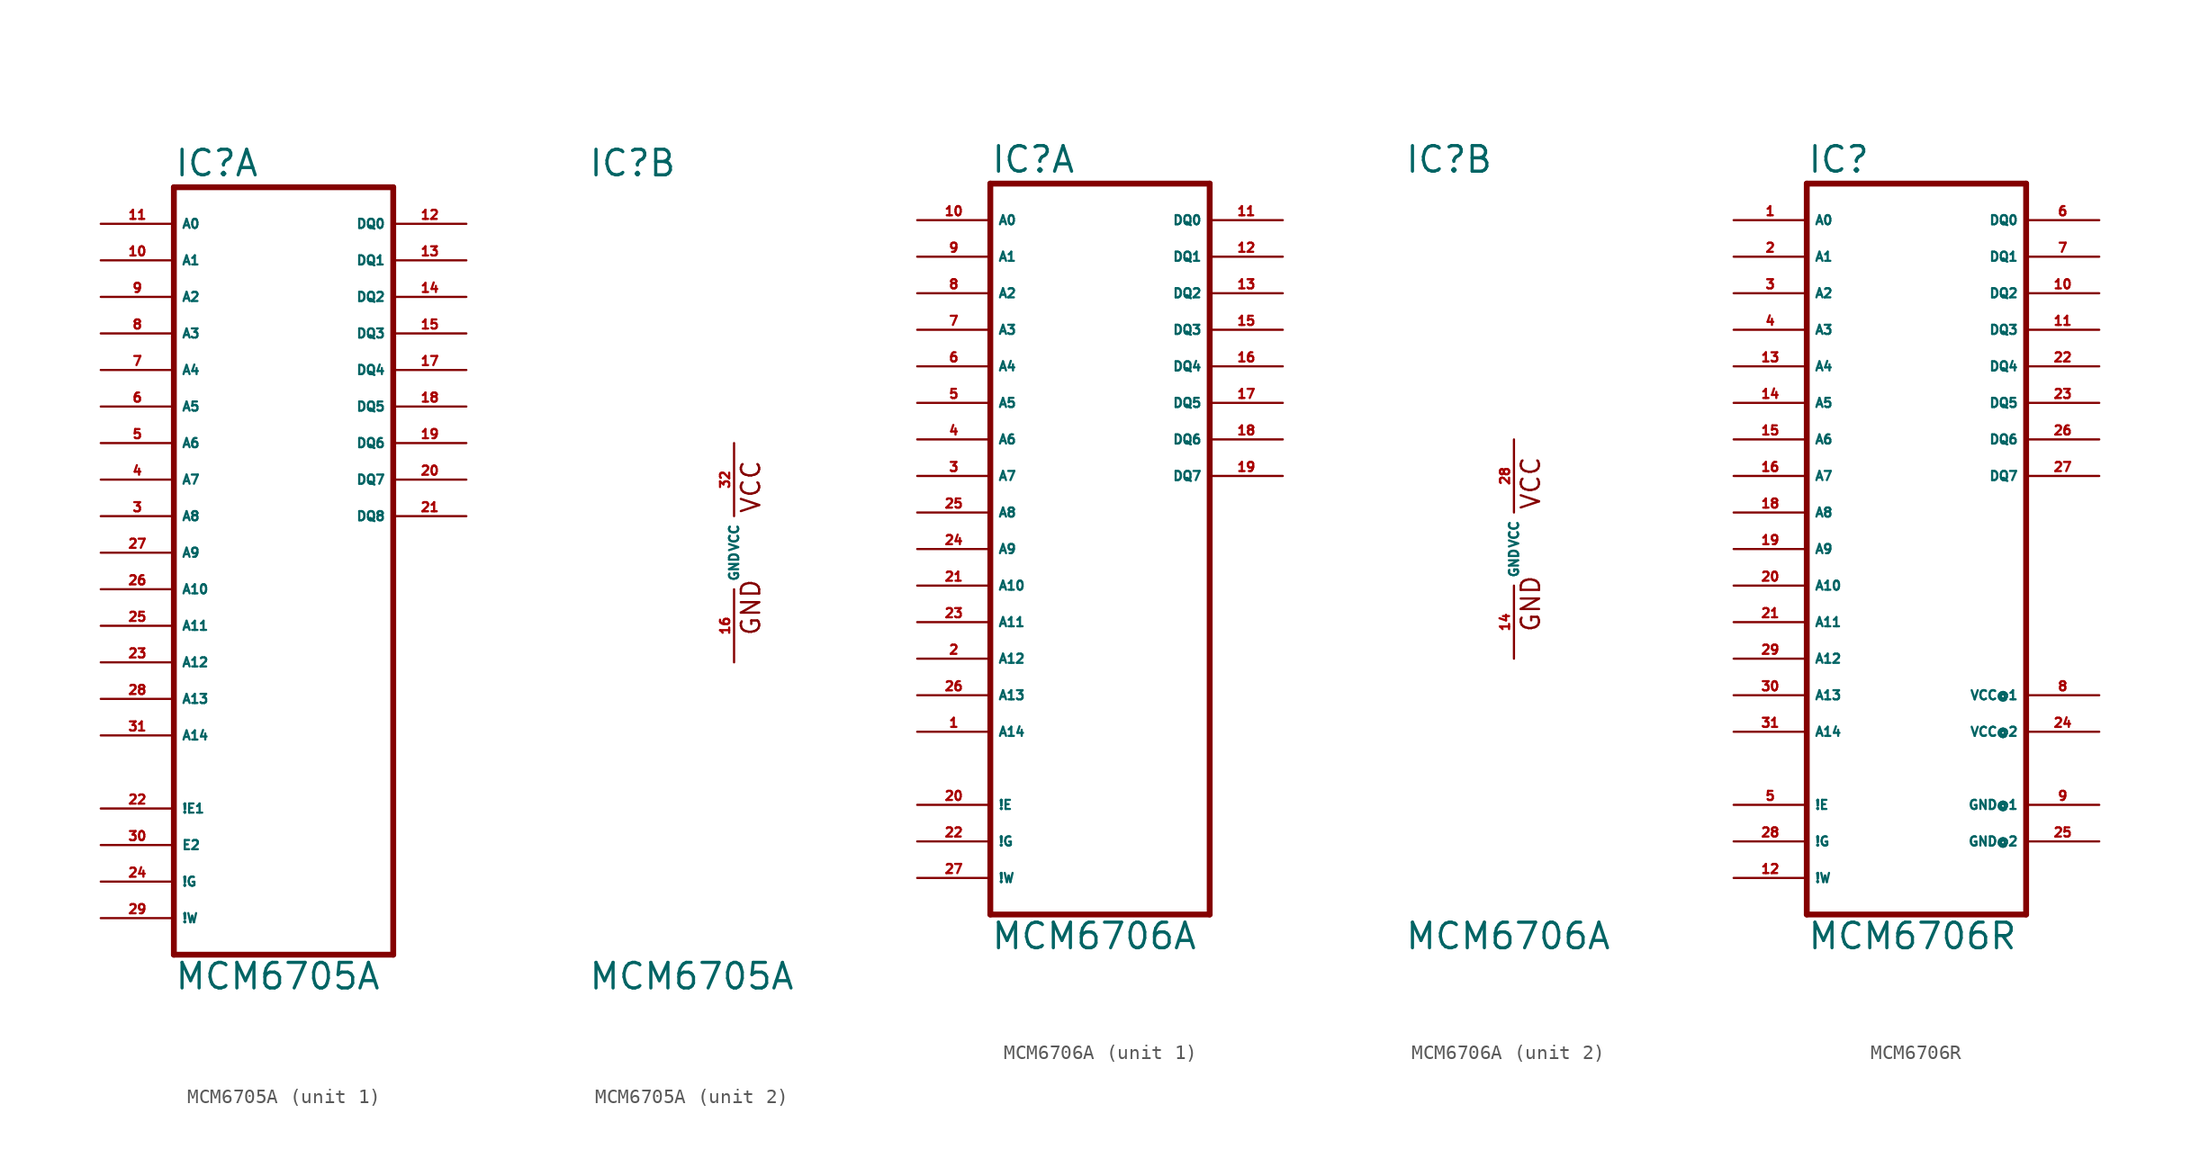
<source format=kicad_sym>
(kicad_symbol_lib
  (version 20220914)
  (generator Eagle2Kicad)
  (symbol "MCM6705A"
    (property "Reference" "IC"
      (at -10.16 26.035 0)
      (effects (font (size 1.778 1.778) (thickness 0.22)) (justify left bottom)))
    (property "Value" "MCM6705A"
      (at -10.16 -30.48 0)
      (effects (font (size 1.778 1.778) (thickness 0.22)) (justify left bottom)))
    (symbol "MCM6705A_1_0"
      (polyline (pts (xy -10.16 25.4) (xy -10.16 -27.94)) (stroke (width 0.406) (type default)) (fill (type none)))
      (polyline (pts (xy 5.08 -27.94) (xy -10.16 -27.94)) (stroke (width 0.406) (type default)) (fill (type none)))
      (polyline (pts (xy 5.08 -27.94) (xy 5.08 25.4)) (stroke (width 0.406) (type default)) (fill (type none)))
      (polyline (pts (xy -10.16 25.4) (xy 5.08 25.4)) (stroke (width 0.406) (type default)) (fill (type none)))
      (pin input line (at -15.24 22.86 0) (length 5.08) (name "A0" (effects (font (size 0.635 0.635) (thickness 0.08)) (justify left bottom))) (number "11" (effects (font (size 0.635 0.635) (thickness 0.08)) (justify left bottom))))
      (pin input line (at -15.24 20.32 0) (length 5.08) (name "A1" (effects (font (size 0.635 0.635) (thickness 0.08)) (justify left bottom))) (number "10" (effects (font (size 0.635 0.635) (thickness 0.08)) (justify left bottom))))
      (pin input line (at -15.24 17.78 0) (length 5.08) (name "A2" (effects (font (size 0.635 0.635) (thickness 0.08)) (justify left bottom))) (number "9" (effects (font (size 0.635 0.635) (thickness 0.08)) (justify left bottom))))
      (pin input line (at -15.24 15.24 0) (length 5.08) (name "A3" (effects (font (size 0.635 0.635) (thickness 0.08)) (justify left bottom))) (number "8" (effects (font (size 0.635 0.635) (thickness 0.08)) (justify left bottom))))
      (pin input line (at -15.24 12.7 0) (length 5.08) (name "A4" (effects (font (size 0.635 0.635) (thickness 0.08)) (justify left bottom))) (number "7" (effects (font (size 0.635 0.635) (thickness 0.08)) (justify left bottom))))
      (pin input line (at -15.24 10.16 0) (length 5.08) (name "A5" (effects (font (size 0.635 0.635) (thickness 0.08)) (justify left bottom))) (number "6" (effects (font (size 0.635 0.635) (thickness 0.08)) (justify left bottom))))
      (pin input line (at -15.24 7.62 0) (length 5.08) (name "A6" (effects (font (size 0.635 0.635) (thickness 0.08)) (justify left bottom))) (number "5" (effects (font (size 0.635 0.635) (thickness 0.08)) (justify left bottom))))
      (pin input line (at -15.24 5.08 0) (length 5.08) (name "A7" (effects (font (size 0.635 0.635) (thickness 0.08)) (justify left bottom))) (number "4" (effects (font (size 0.635 0.635) (thickness 0.08)) (justify left bottom))))
      (pin input line (at -15.24 2.54 0) (length 5.08) (name "A8" (effects (font (size 0.635 0.635) (thickness 0.08)) (justify left bottom))) (number "3" (effects (font (size 0.635 0.635) (thickness 0.08)) (justify left bottom))))
      (pin bidirectional line (at 10.16 22.86 180) (length 5.08) (name "DQ0" (effects (font (size 0.635 0.635) (thickness 0.08)) (justify left bottom))) (number "12" (effects (font (size 0.635 0.635) (thickness 0.08)) (justify left bottom))))
      (pin bidirectional line (at 10.16 20.32 180) (length 5.08) (name "DQ1" (effects (font (size 0.635 0.635) (thickness 0.08)) (justify left bottom))) (number "13" (effects (font (size 0.635 0.635) (thickness 0.08)) (justify left bottom))))
      (pin bidirectional line (at 10.16 17.78 180) (length 5.08) (name "DQ2" (effects (font (size 0.635 0.635) (thickness 0.08)) (justify left bottom))) (number "14" (effects (font (size 0.635 0.635) (thickness 0.08)) (justify left bottom))))
      (pin bidirectional line (at 10.16 15.24 180) (length 5.08) (name "DQ3" (effects (font (size 0.635 0.635) (thickness 0.08)) (justify left bottom))) (number "15" (effects (font (size 0.635 0.635) (thickness 0.08)) (justify left bottom))))
      (pin bidirectional line (at 10.16 12.7 180) (length 5.08) (name "DQ4" (effects (font (size 0.635 0.635) (thickness 0.08)) (justify left bottom))) (number "17" (effects (font (size 0.635 0.635) (thickness 0.08)) (justify left bottom))))
      (pin bidirectional line (at 10.16 10.16 180) (length 5.08) (name "DQ5" (effects (font (size 0.635 0.635) (thickness 0.08)) (justify left bottom))) (number "18" (effects (font (size 0.635 0.635) (thickness 0.08)) (justify left bottom))))
      (pin bidirectional line (at 10.16 7.62 180) (length 5.08) (name "DQ6" (effects (font (size 0.635 0.635) (thickness 0.08)) (justify left bottom))) (number "19" (effects (font (size 0.635 0.635) (thickness 0.08)) (justify left bottom))))
      (pin bidirectional line (at 10.16 5.08 180) (length 5.08) (name "DQ7" (effects (font (size 0.635 0.635) (thickness 0.08)) (justify left bottom))) (number "20" (effects (font (size 0.635 0.635) (thickness 0.08)) (justify left bottom))))
      (pin bidirectional line (at 10.16 2.54 180) (length 5.08) (name "DQ8" (effects (font (size 0.635 0.635) (thickness 0.08)) (justify left bottom))) (number "21" (effects (font (size 0.635 0.635) (thickness 0.08)) (justify left bottom))))
      (pin input line (at -15.24 0 0) (length 5.08) (name "A9" (effects (font (size 0.635 0.635) (thickness 0.08)) (justify left bottom))) (number "27" (effects (font (size 0.635 0.635) (thickness 0.08)) (justify left bottom))))
      (pin input line (at -15.24 -2.54 0) (length 5.08) (name "A10" (effects (font (size 0.635 0.635) (thickness 0.08)) (justify left bottom))) (number "26" (effects (font (size 0.635 0.635) (thickness 0.08)) (justify left bottom))))
      (pin input line (at -15.24 -5.08 0) (length 5.08) (name "A11" (effects (font (size 0.635 0.635) (thickness 0.08)) (justify left bottom))) (number "25" (effects (font (size 0.635 0.635) (thickness 0.08)) (justify left bottom))))
      (pin input line (at -15.24 -7.62 0) (length 5.08) (name "A12" (effects (font (size 0.635 0.635) (thickness 0.08)) (justify left bottom))) (number "23" (effects (font (size 0.635 0.635) (thickness 0.08)) (justify left bottom))))
      (pin input line (at -15.24 -10.16 0) (length 5.08) (name "A13" (effects (font (size 0.635 0.635) (thickness 0.08)) (justify left bottom))) (number "28" (effects (font (size 0.635 0.635) (thickness 0.08)) (justify left bottom))))
      (pin input line (at -15.24 -12.7 0) (length 5.08) (name "A14" (effects (font (size 0.635 0.635) (thickness 0.08)) (justify left bottom))) (number "31" (effects (font (size 0.635 0.635) (thickness 0.08)) (justify left bottom))))
      (pin input line (at -15.24 -17.78 0) (length 5.08) (name "!E1" (effects (font (size 0.635 0.635) (thickness 0.08)) (justify left bottom))) (number "22" (effects (font (size 0.635 0.635) (thickness 0.08)) (justify left bottom))))
      (pin input line (at -15.24 -20.32 0) (length 5.08) (name "E2" (effects (font (size 0.635 0.635) (thickness 0.08)) (justify left bottom))) (number "30" (effects (font (size 0.635 0.635) (thickness 0.08)) (justify left bottom))))
      (pin input line (at -15.24 -22.86 0) (length 5.08) (name "!G" (effects (font (size 0.635 0.635) (thickness 0.08)) (justify left bottom))) (number "24" (effects (font (size 0.635 0.635) (thickness 0.08)) (justify left bottom))))
      (pin input line (at -15.24 -25.4 0) (length 5.08) (name "!W" (effects (font (size 0.635 0.635) (thickness 0.08)) (justify left bottom))) (number "29" (effects (font (size 0.635 0.635) (thickness 0.08)) (justify left bottom)))))
    (symbol "MCM6705A_2_0"
      (text "GND" (at 1.905 -5.842 900) (effects (font (size 1.27 1.27) (thickness 0.16)) (justify left bottom)))
      (text "VCC" (at 1.905 2.667 900) (effects (font (size 1.27 1.27) (thickness 0.16)) (justify left bottom)))
      (pin unspecified line (at 0 -7.62 90) (length 5.08) (name "GND" (effects (font (size 0.635 0.635) (thickness 0.08)) (justify left bottom))) (number "16" (effects (font (size 0.635 0.635) (thickness 0.08)) (justify left bottom))))
      (pin unspecified line (at 0 7.62 270) (length 5.08) (name "VCC" (effects (font (size 0.635 0.635) (thickness 0.08)) (justify left bottom))) (number "32" (effects (font (size 0.635 0.635) (thickness 0.08)) (justify left bottom))))))
  (symbol "MCM6706A"
    (property "Reference" "IC"
      (at -7.62 26.035 0)
      (effects (font (size 1.778 1.778) (thickness 0.22)) (justify left bottom)))
    (property "Value" "MCM6706A"
      (at -7.62 -27.94 0)
      (effects (font (size 1.778 1.778) (thickness 0.22)) (justify left bottom)))
    (symbol "MCM6706A_1_0"
      (polyline (pts (xy -7.62 25.4) (xy -7.62 -25.4)) (stroke (width 0.406) (type default)) (fill (type none)))
      (polyline (pts (xy 7.62 -25.4) (xy -7.62 -25.4)) (stroke (width 0.406) (type default)) (fill (type none)))
      (polyline (pts (xy 7.62 -25.4) (xy 7.62 25.4)) (stroke (width 0.406) (type default)) (fill (type none)))
      (polyline (pts (xy -7.62 25.4) (xy 7.62 25.4)) (stroke (width 0.406) (type default)) (fill (type none)))
      (pin input line (at -12.7 22.86 0) (length 5.08) (name "A0" (effects (font (size 0.635 0.635) (thickness 0.08)) (justify left bottom))) (number "10" (effects (font (size 0.635 0.635) (thickness 0.08)) (justify left bottom))))
      (pin input line (at -12.7 20.32 0) (length 5.08) (name "A1" (effects (font (size 0.635 0.635) (thickness 0.08)) (justify left bottom))) (number "9" (effects (font (size 0.635 0.635) (thickness 0.08)) (justify left bottom))))
      (pin input line (at -12.7 17.78 0) (length 5.08) (name "A2" (effects (font (size 0.635 0.635) (thickness 0.08)) (justify left bottom))) (number "8" (effects (font (size 0.635 0.635) (thickness 0.08)) (justify left bottom))))
      (pin input line (at -12.7 15.24 0) (length 5.08) (name "A3" (effects (font (size 0.635 0.635) (thickness 0.08)) (justify left bottom))) (number "7" (effects (font (size 0.635 0.635) (thickness 0.08)) (justify left bottom))))
      (pin input line (at -12.7 12.7 0) (length 5.08) (name "A4" (effects (font (size 0.635 0.635) (thickness 0.08)) (justify left bottom))) (number "6" (effects (font (size 0.635 0.635) (thickness 0.08)) (justify left bottom))))
      (pin input line (at -12.7 10.16 0) (length 5.08) (name "A5" (effects (font (size 0.635 0.635) (thickness 0.08)) (justify left bottom))) (number "5" (effects (font (size 0.635 0.635) (thickness 0.08)) (justify left bottom))))
      (pin input line (at -12.7 7.62 0) (length 5.08) (name "A6" (effects (font (size 0.635 0.635) (thickness 0.08)) (justify left bottom))) (number "4" (effects (font (size 0.635 0.635) (thickness 0.08)) (justify left bottom))))
      (pin input line (at -12.7 5.08 0) (length 5.08) (name "A7" (effects (font (size 0.635 0.635) (thickness 0.08)) (justify left bottom))) (number "3" (effects (font (size 0.635 0.635) (thickness 0.08)) (justify left bottom))))
      (pin input line (at -12.7 2.54 0) (length 5.08) (name "A8" (effects (font (size 0.635 0.635) (thickness 0.08)) (justify left bottom))) (number "25" (effects (font (size 0.635 0.635) (thickness 0.08)) (justify left bottom))))
      (pin bidirectional line (at 12.7 22.86 180) (length 5.08) (name "DQ0" (effects (font (size 0.635 0.635) (thickness 0.08)) (justify left bottom))) (number "11" (effects (font (size 0.635 0.635) (thickness 0.08)) (justify left bottom))))
      (pin bidirectional line (at 12.7 20.32 180) (length 5.08) (name "DQ1" (effects (font (size 0.635 0.635) (thickness 0.08)) (justify left bottom))) (number "12" (effects (font (size 0.635 0.635) (thickness 0.08)) (justify left bottom))))
      (pin bidirectional line (at 12.7 17.78 180) (length 5.08) (name "DQ2" (effects (font (size 0.635 0.635) (thickness 0.08)) (justify left bottom))) (number "13" (effects (font (size 0.635 0.635) (thickness 0.08)) (justify left bottom))))
      (pin bidirectional line (at 12.7 15.24 180) (length 5.08) (name "DQ3" (effects (font (size 0.635 0.635) (thickness 0.08)) (justify left bottom))) (number "15" (effects (font (size 0.635 0.635) (thickness 0.08)) (justify left bottom))))
      (pin bidirectional line (at 12.7 12.7 180) (length 5.08) (name "DQ4" (effects (font (size 0.635 0.635) (thickness 0.08)) (justify left bottom))) (number "16" (effects (font (size 0.635 0.635) (thickness 0.08)) (justify left bottom))))
      (pin bidirectional line (at 12.7 10.16 180) (length 5.08) (name "DQ5" (effects (font (size 0.635 0.635) (thickness 0.08)) (justify left bottom))) (number "17" (effects (font (size 0.635 0.635) (thickness 0.08)) (justify left bottom))))
      (pin bidirectional line (at 12.7 7.62 180) (length 5.08) (name "DQ6" (effects (font (size 0.635 0.635) (thickness 0.08)) (justify left bottom))) (number "18" (effects (font (size 0.635 0.635) (thickness 0.08)) (justify left bottom))))
      (pin bidirectional line (at 12.7 5.08 180) (length 5.08) (name "DQ7" (effects (font (size 0.635 0.635) (thickness 0.08)) (justify left bottom))) (number "19" (effects (font (size 0.635 0.635) (thickness 0.08)) (justify left bottom))))
      (pin input line (at -12.7 0 0) (length 5.08) (name "A9" (effects (font (size 0.635 0.635) (thickness 0.08)) (justify left bottom))) (number "24" (effects (font (size 0.635 0.635) (thickness 0.08)) (justify left bottom))))
      (pin input line (at -12.7 -2.54 0) (length 5.08) (name "A10" (effects (font (size 0.635 0.635) (thickness 0.08)) (justify left bottom))) (number "21" (effects (font (size 0.635 0.635) (thickness 0.08)) (justify left bottom))))
      (pin input line (at -12.7 -5.08 0) (length 5.08) (name "A11" (effects (font (size 0.635 0.635) (thickness 0.08)) (justify left bottom))) (number "23" (effects (font (size 0.635 0.635) (thickness 0.08)) (justify left bottom))))
      (pin input line (at -12.7 -7.62 0) (length 5.08) (name "A12" (effects (font (size 0.635 0.635) (thickness 0.08)) (justify left bottom))) (number "2" (effects (font (size 0.635 0.635) (thickness 0.08)) (justify left bottom))))
      (pin input line (at -12.7 -10.16 0) (length 5.08) (name "A13" (effects (font (size 0.635 0.635) (thickness 0.08)) (justify left bottom))) (number "26" (effects (font (size 0.635 0.635) (thickness 0.08)) (justify left bottom))))
      (pin input line (at -12.7 -12.7 0) (length 5.08) (name "A14" (effects (font (size 0.635 0.635) (thickness 0.08)) (justify left bottom))) (number "1" (effects (font (size 0.635 0.635) (thickness 0.08)) (justify left bottom))))
      (pin input line (at -12.7 -17.78 0) (length 5.08) (name "!E" (effects (font (size 0.635 0.635) (thickness 0.08)) (justify left bottom))) (number "20" (effects (font (size 0.635 0.635) (thickness 0.08)) (justify left bottom))))
      (pin input line (at -12.7 -20.32 0) (length 5.08) (name "!G" (effects (font (size 0.635 0.635) (thickness 0.08)) (justify left bottom))) (number "22" (effects (font (size 0.635 0.635) (thickness 0.08)) (justify left bottom))))
      (pin input line (at -12.7 -22.86 0) (length 5.08) (name "!W" (effects (font (size 0.635 0.635) (thickness 0.08)) (justify left bottom))) (number "27" (effects (font (size 0.635 0.635) (thickness 0.08)) (justify left bottom)))))
    (symbol "MCM6706A_2_0"
      (text "GND" (at 1.905 -5.842 900) (effects (font (size 1.27 1.27) (thickness 0.16)) (justify left bottom)))
      (text "VCC" (at 1.905 2.667 900) (effects (font (size 1.27 1.27) (thickness 0.16)) (justify left bottom)))
      (pin unspecified line (at 0 -7.62 90) (length 5.08) (name "GND" (effects (font (size 0.635 0.635) (thickness 0.08)) (justify left bottom))) (number "14" (effects (font (size 0.635 0.635) (thickness 0.08)) (justify left bottom))))
      (pin unspecified line (at 0 7.62 270) (length 5.08) (name "VCC" (effects (font (size 0.635 0.635) (thickness 0.08)) (justify left bottom))) (number "28" (effects (font (size 0.635 0.635) (thickness 0.08)) (justify left bottom))))))
  (symbol "MCM6706R"
    (property "Reference" "IC"
      (at -7.62 26.035 0)
      (effects (font (size 1.778 1.778) (thickness 0.22)) (justify left bottom)))
    (property "Value" "MCM6706R"
      (at -7.62 -27.94 0)
      (effects (font (size 1.778 1.778) (thickness 0.22)) (justify left bottom)))
    (polyline
      (pts (xy -7.62 25.4) (xy -7.62 -25.4))
      (stroke (width 0.406) (type default))
      (fill (type none)))
    (polyline
      (pts (xy 7.62 -25.4) (xy -7.62 -25.4))
      (stroke (width 0.406) (type default))
      (fill (type none)))
    (polyline
      (pts (xy 7.62 -25.4) (xy 7.62 25.4))
      (stroke (width 0.406) (type default))
      (fill (type none)))
    (polyline
      (pts (xy -7.62 25.4) (xy 7.62 25.4))
      (stroke (width 0.406) (type default))
      (fill (type none)))
    (pin input line
      (at -12.7 22.86 0)
      (length 5.08)
      (name "A0" (effects (font (size 0.635 0.635) (thickness 0.08)) (justify left bottom)))
      (number "1" (effects (font (size 0.635 0.635) (thickness 0.08)) (justify left bottom))))
    (pin input line
      (at -12.7 20.32 0)
      (length 5.08)
      (name "A1" (effects (font (size 0.635 0.635) (thickness 0.08)) (justify left bottom)))
      (number "2" (effects (font (size 0.635 0.635) (thickness 0.08)) (justify left bottom))))
    (pin input line
      (at -12.7 17.78 0)
      (length 5.08)
      (name "A2" (effects (font (size 0.635 0.635) (thickness 0.08)) (justify left bottom)))
      (number "3" (effects (font (size 0.635 0.635) (thickness 0.08)) (justify left bottom))))
    (pin input line
      (at -12.7 15.24 0)
      (length 5.08)
      (name "A3" (effects (font (size 0.635 0.635) (thickness 0.08)) (justify left bottom)))
      (number "4" (effects (font (size 0.635 0.635) (thickness 0.08)) (justify left bottom))))
    (pin input line
      (at -12.7 12.7 0)
      (length 5.08)
      (name "A4" (effects (font (size 0.635 0.635) (thickness 0.08)) (justify left bottom)))
      (number "13" (effects (font (size 0.635 0.635) (thickness 0.08)) (justify left bottom))))
    (pin input line
      (at -12.7 10.16 0)
      (length 5.08)
      (name "A5" (effects (font (size 0.635 0.635) (thickness 0.08)) (justify left bottom)))
      (number "14" (effects (font (size 0.635 0.635) (thickness 0.08)) (justify left bottom))))
    (pin input line
      (at -12.7 7.62 0)
      (length 5.08)
      (name "A6" (effects (font (size 0.635 0.635) (thickness 0.08)) (justify left bottom)))
      (number "15" (effects (font (size 0.635 0.635) (thickness 0.08)) (justify left bottom))))
    (pin input line
      (at -12.7 5.08 0)
      (length 5.08)
      (name "A7" (effects (font (size 0.635 0.635) (thickness 0.08)) (justify left bottom)))
      (number "16" (effects (font (size 0.635 0.635) (thickness 0.08)) (justify left bottom))))
    (pin input line
      (at -12.7 2.54 0)
      (length 5.08)
      (name "A8" (effects (font (size 0.635 0.635) (thickness 0.08)) (justify left bottom)))
      (number "18" (effects (font (size 0.635 0.635) (thickness 0.08)) (justify left bottom))))
    (pin bidirectional line
      (at 12.7 22.86 180)
      (length 5.08)
      (name "DQ0" (effects (font (size 0.635 0.635) (thickness 0.08)) (justify left bottom)))
      (number "6" (effects (font (size 0.635 0.635) (thickness 0.08)) (justify left bottom))))
    (pin bidirectional line
      (at 12.7 20.32 180)
      (length 5.08)
      (name "DQ1" (effects (font (size 0.635 0.635) (thickness 0.08)) (justify left bottom)))
      (number "7" (effects (font (size 0.635 0.635) (thickness 0.08)) (justify left bottom))))
    (pin bidirectional line
      (at 12.7 17.78 180)
      (length 5.08)
      (name "DQ2" (effects (font (size 0.635 0.635) (thickness 0.08)) (justify left bottom)))
      (number "10" (effects (font (size 0.635 0.635) (thickness 0.08)) (justify left bottom))))
    (pin bidirectional line
      (at 12.7 15.24 180)
      (length 5.08)
      (name "DQ3" (effects (font (size 0.635 0.635) (thickness 0.08)) (justify left bottom)))
      (number "11" (effects (font (size 0.635 0.635) (thickness 0.08)) (justify left bottom))))
    (pin bidirectional line
      (at 12.7 12.7 180)
      (length 5.08)
      (name "DQ4" (effects (font (size 0.635 0.635) (thickness 0.08)) (justify left bottom)))
      (number "22" (effects (font (size 0.635 0.635) (thickness 0.08)) (justify left bottom))))
    (pin bidirectional line
      (at 12.7 10.16 180)
      (length 5.08)
      (name "DQ5" (effects (font (size 0.635 0.635) (thickness 0.08)) (justify left bottom)))
      (number "23" (effects (font (size 0.635 0.635) (thickness 0.08)) (justify left bottom))))
    (pin bidirectional line
      (at 12.7 7.62 180)
      (length 5.08)
      (name "DQ6" (effects (font (size 0.635 0.635) (thickness 0.08)) (justify left bottom)))
      (number "26" (effects (font (size 0.635 0.635) (thickness 0.08)) (justify left bottom))))
    (pin bidirectional line
      (at 12.7 5.08 180)
      (length 5.08)
      (name "DQ7" (effects (font (size 0.635 0.635) (thickness 0.08)) (justify left bottom)))
      (number "27" (effects (font (size 0.635 0.635) (thickness 0.08)) (justify left bottom))))
    (pin input line
      (at -12.7 0 0)
      (length 5.08)
      (name "A9" (effects (font (size 0.635 0.635) (thickness 0.08)) (justify left bottom)))
      (number "19" (effects (font (size 0.635 0.635) (thickness 0.08)) (justify left bottom))))
    (pin input line
      (at -12.7 -2.54 0)
      (length 5.08)
      (name "A10" (effects (font (size 0.635 0.635) (thickness 0.08)) (justify left bottom)))
      (number "20" (effects (font (size 0.635 0.635) (thickness 0.08)) (justify left bottom))))
    (pin input line
      (at -12.7 -5.08 0)
      (length 5.08)
      (name "A11" (effects (font (size 0.635 0.635) (thickness 0.08)) (justify left bottom)))
      (number "21" (effects (font (size 0.635 0.635) (thickness 0.08)) (justify left bottom))))
    (pin input line
      (at -12.7 -7.62 0)
      (length 5.08)
      (name "A12" (effects (font (size 0.635 0.635) (thickness 0.08)) (justify left bottom)))
      (number "29" (effects (font (size 0.635 0.635) (thickness 0.08)) (justify left bottom))))
    (pin input line
      (at -12.7 -10.16 0)
      (length 5.08)
      (name "A13" (effects (font (size 0.635 0.635) (thickness 0.08)) (justify left bottom)))
      (number "30" (effects (font (size 0.635 0.635) (thickness 0.08)) (justify left bottom))))
    (pin input line
      (at -12.7 -12.7 0)
      (length 5.08)
      (name "A14" (effects (font (size 0.635 0.635) (thickness 0.08)) (justify left bottom)))
      (number "31" (effects (font (size 0.635 0.635) (thickness 0.08)) (justify left bottom))))
    (pin input line
      (at -12.7 -17.78 0)
      (length 5.08)
      (name "!E" (effects (font (size 0.635 0.635) (thickness 0.08)) (justify left bottom)))
      (number "5" (effects (font (size 0.635 0.635) (thickness 0.08)) (justify left bottom))))
    (pin input line
      (at -12.7 -20.32 0)
      (length 5.08)
      (name "!G" (effects (font (size 0.635 0.635) (thickness 0.08)) (justify left bottom)))
      (number "28" (effects (font (size 0.635 0.635) (thickness 0.08)) (justify left bottom))))
    (pin input line
      (at -12.7 -22.86 0)
      (length 5.08)
      (name "!W" (effects (font (size 0.635 0.635) (thickness 0.08)) (justify left bottom)))
      (number "12" (effects (font (size 0.635 0.635) (thickness 0.08)) (justify left bottom))))
    (pin unspecified line
      (at 12.7 -10.16 180)
      (length 5.08)
      (name "VCC@1" (effects (font (size 0.635 0.635) (thickness 0.08)) (justify left bottom)))
      (number "8" (effects (font (size 0.635 0.635) (thickness 0.08)) (justify left bottom))))
    (pin unspecified line
      (at 12.7 -12.7 180)
      (length 5.08)
      (name "VCC@2" (effects (font (size 0.635 0.635) (thickness 0.08)) (justify left bottom)))
      (number "24" (effects (font (size 0.635 0.635) (thickness 0.08)) (justify left bottom))))
    (pin unspecified line
      (at 12.7 -17.78 180)
      (length 5.08)
      (name "GND@1" (effects (font (size 0.635 0.635) (thickness 0.08)) (justify left bottom)))
      (number "9" (effects (font (size 0.635 0.635) (thickness 0.08)) (justify left bottom))))
    (pin unspecified line
      (at 12.7 -20.32 180)
      (length 5.08)
      (name "GND@2" (effects (font (size 0.635 0.635) (thickness 0.08)) (justify left bottom)))
      (number "25" (effects (font (size 0.635 0.635) (thickness 0.08)) (justify left bottom))))))
</source>
